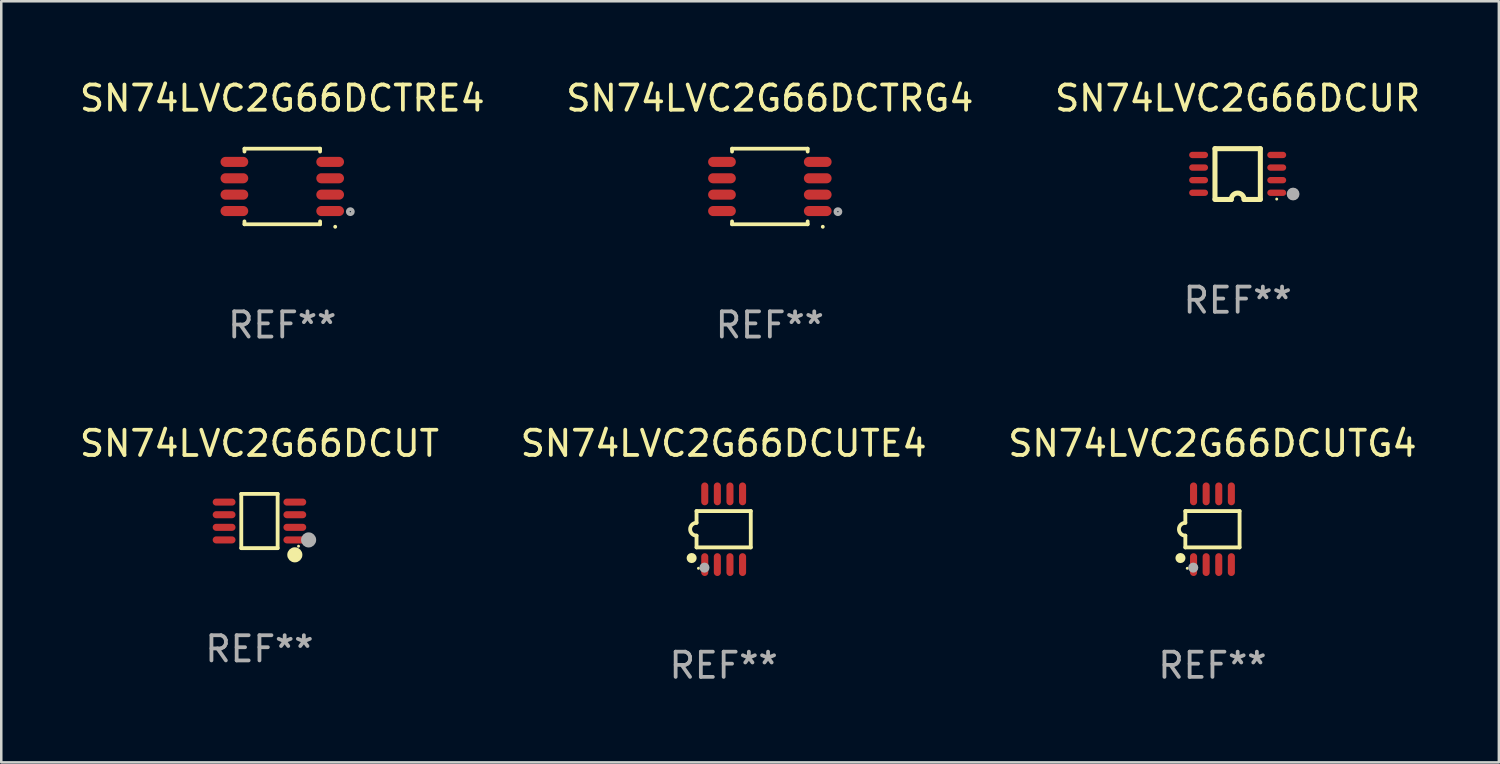
<source format=kicad_pcb>
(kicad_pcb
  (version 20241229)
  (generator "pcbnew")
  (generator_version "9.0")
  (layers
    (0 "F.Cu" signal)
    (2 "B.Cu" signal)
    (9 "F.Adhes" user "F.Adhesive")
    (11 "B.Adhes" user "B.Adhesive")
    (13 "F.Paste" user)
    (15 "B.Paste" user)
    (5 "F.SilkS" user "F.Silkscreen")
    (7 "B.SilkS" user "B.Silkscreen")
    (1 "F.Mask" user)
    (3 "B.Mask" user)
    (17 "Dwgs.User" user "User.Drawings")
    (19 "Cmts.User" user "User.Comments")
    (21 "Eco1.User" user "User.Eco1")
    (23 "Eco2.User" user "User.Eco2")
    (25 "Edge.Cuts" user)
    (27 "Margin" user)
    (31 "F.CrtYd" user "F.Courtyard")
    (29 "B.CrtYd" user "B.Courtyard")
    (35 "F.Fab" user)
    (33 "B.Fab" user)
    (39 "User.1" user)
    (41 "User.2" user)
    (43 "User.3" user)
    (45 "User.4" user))
  (footprint "SN74LVC2G66DCTRG4"
    (layer "F.Cu")
    (at 27.494 4.348)
    (property "Reference" "SN74LVC2G66DCTRG4" (at 0 -3.5 0) (layer "F.SilkS") (effects (font (size 1 1) (thickness 0.15))))
    (attr through_hole)
    (fp_line (start -1.5 -1.5) (end 1.5 -1.5) (stroke (width 0.15) (type solid)) (layer "F.SilkS"))
    (fp_line (start -1.5 -1.385) (end -1.5 -1.5) (stroke (width 0.15) (type solid)) (layer "F.SilkS"))
    (fp_line (start -1.5 1.5) (end -1.5 1.385) (stroke (width 0.15) (type solid)) (layer "F.SilkS"))
    (fp_line (start 1.5 -1.5) (end 1.5 -1.385) (stroke (width 0.15) (type solid)) (layer "F.SilkS"))
    (fp_line (start 1.5 1.385) (end 1.5 1.5) (stroke (width 0.15) (type solid)) (layer "F.SilkS"))
    (fp_line (start 1.5 1.5) (end -1.5 1.5) (stroke (width 0.15) (type solid)) (layer "F.SilkS"))
    (fp_arc (start 2.100051 1.6) (mid 2.100044 1.59873) (end 2.100051 1.59746) (stroke (width 0.150013) (type solid)) (layer "F.SilkS"))
    (fp_circle (center 1.5 1.5) (end 1.527 1.5) (stroke (width 0.05) (type solid)) (fill no) (layer "F.SilkS"))
    (fp_circle (center 2.7 1) (end 2.8 1) (stroke (width 0.15) (type solid)) (fill no) (layer "F.Fab"))
    (fp_text user "REF**" (at 0 5.5 0) (layer "F.Fab") (effects (font (size 1 1) (thickness 0.15))))
    (pad "1" smd oval (at 1.9 0.975) (size 1.1 0.4) (layers "F.Cu" "F.Mask" "F.Paste"))
    (pad "2" smd oval (at 1.9 0.325) (size 1.1 0.4) (layers "F.Cu" "F.Mask" "F.Paste"))
    (pad "3" smd oval (at 1.9 -0.325) (size 1.1 0.4) (layers "F.Cu" "F.Mask" "F.Paste"))
    (pad "4" smd oval (at 1.9 -0.975) (size 1.1 0.4) (layers "F.Cu" "F.Mask" "F.Paste"))
    (pad "5" smd oval (at -1.9 -0.975) (size 1.1 0.4) (layers "F.Cu" "F.Mask" "F.Paste"))
    (pad "6" smd oval (at -1.9 -0.325) (size 1.1 0.4) (layers "F.Cu" "F.Mask" "F.Paste"))
    (pad "7" smd oval (at -1.9 0.325) (size 1.1 0.4) (layers "F.Cu" "F.Mask" "F.Paste"))
    (pad "8" smd oval (at -1.9 0.975) (size 1.1 0.4) (layers "F.Cu" "F.Mask" "F.Paste")))
  (footprint "SN74LVC2G66DCUT"
    (layer "F.Cu")
    (at 7.244 17.621)
    (property "Reference" "SN74LVC2G66DCUT" (at 0 -3.076 0) (layer "F.SilkS") (effects (font (size 1 1) (thickness 0.15))))
    (attr through_hole)
    (fp_line (start -0.721 -1.076) (end 0.721 -1.076) (stroke (width 0.152) (type solid)) (layer "F.SilkS"))
    (fp_line (start -0.721 1.076) (end -0.721 -1.076) (stroke (width 0.152) (type solid)) (layer "F.SilkS"))
    (fp_line (start 0.721 -1.076) (end 0.721 1.076) (stroke (width 0.152) (type solid)) (layer "F.SilkS"))
    (fp_line (start 0.721 1.076) (end -0.721 1.076) (stroke (width 0.152) (type solid)) (layer "F.SilkS"))
    (fp_circle (center 1.403 1.342) (end 1.553 1.342) (stroke (width 0.3) (type solid)) (fill no) (layer "F.SilkS"))
    (fp_circle (center 1.55 1) (end 1.58 1) (stroke (width 0.06) (type solid)) (fill no) (layer "F.SilkS"))
    (fp_circle (center 1.95 0.75) (end 2.1 0.75) (stroke (width 0.3) (type solid)) (fill no) (layer "F.Fab"))
    (fp_text user "REF**" (at 0 5.076 0) (layer "F.Fab") (effects (font (size 1 1) (thickness 0.15))))
    (pad "1" smd oval (at 1.403 0.75 90) (size 0.28 0.905) (layers "F.Cu" "F.Mask" "F.Paste"))
    (pad "2" smd oval (at 1.403 0.25 90) (size 0.28 0.905) (layers "F.Cu" "F.Mask" "F.Paste"))
    (pad "3" smd oval (at 1.403 -0.25 90) (size 0.28 0.905) (layers "F.Cu" "F.Mask" "F.Paste"))
    (pad "4" smd oval (at 1.403 -0.75 90) (size 0.28 0.905) (layers "F.Cu" "F.Mask" "F.Paste"))
    (pad "5" smd oval (at -1.403 -0.75 90) (size 0.28 0.905) (layers "F.Cu" "F.Mask" "F.Paste"))
    (pad "6" smd oval (at -1.403 -0.25 90) (size 0.28 0.905) (layers "F.Cu" "F.Mask" "F.Paste"))
    (pad "7" smd oval (at -1.403 0.25 90) (size 0.28 0.905) (layers "F.Cu" "F.Mask" "F.Paste"))
    (pad "8" smd oval (at -1.403 0.75 90) (size 0.28 0.905) (layers "F.Cu" "F.Mask" "F.Paste")))
  (footprint "SN74LVC2G66DCUTG4"
    (layer "F.Cu")
    (at 45.054 17.947)
    (property "Reference" "SN74LVC2G66DCUTG4" (at 0 -3.403 0) (layer "F.SilkS") (effects (font (size 1 1) (thickness 0.15))))
    (attr through_hole)
    (fp_line (start -1.076 -0.721) (end 1.076 -0.721) (stroke (width 0.152) (type solid)) (layer "F.SilkS"))
    (fp_line (start -1.076 -0.254) (end -1.076 -0.721) (stroke (width 0.152) (type solid)) (layer "F.SilkS"))
    (fp_line (start -1.076 0.254) (end -1.076 0.721) (stroke (width 0.152) (type solid)) (layer "F.SilkS"))
    (fp_line (start 1.076 -0.721) (end 1.076 0.721) (stroke (width 0.152) (type solid)) (layer "F.SilkS"))
    (fp_line (start 1.076 0.721) (end -1.076 0.721) (stroke (width 0.152) (type solid)) (layer "F.SilkS"))
    (fp_arc (start -1.076226 0.254051) (mid -1.330226 0.000051) (end -1.076226 -0.253949) (stroke (width 0.151994) (type solid)) (layer "F.SilkS"))
    (fp_circle (center -1.27 1.143) (end -1.17 1.143) (stroke (width 0.2) (type solid)) (fill no) (layer "F.SilkS"))
    (fp_circle (center -1 1.55) (end -0.97 1.55) (stroke (width 0.06) (type solid)) (fill no) (layer "F.SilkS"))
    (fp_circle (center -0.762 1.524) (end -0.662 1.524) (stroke (width 0.2) (type solid)) (fill no) (layer "F.Fab"))
    (fp_text user "REF**" (at 0 5.403 0) (layer "F.Fab") (effects (font (size 1 1) (thickness 0.15))))
    (pad "1" smd oval (at -0.75 1.403) (size 0.28 0.905) (layers "F.Cu" "F.Mask" "F.Paste"))
    (pad "2" smd oval (at -0.25 1.403) (size 0.28 0.905) (layers "F.Cu" "F.Mask" "F.Paste"))
    (pad "3" smd oval (at 0.25 1.403) (size 0.28 0.905) (layers "F.Cu" "F.Mask" "F.Paste"))
    (pad "4" smd oval (at 0.75 1.403) (size 0.28 0.905) (layers "F.Cu" "F.Mask" "F.Paste"))
    (pad "5" smd oval (at 0.75 -1.403) (size 0.28 0.905) (layers "F.Cu" "F.Mask" "F.Paste"))
    (pad "6" smd oval (at 0.25 -1.403) (size 0.28 0.905) (layers "F.Cu" "F.Mask" "F.Paste"))
    (pad "7" smd oval (at -0.25 -1.403) (size 0.28 0.905) (layers "F.Cu" "F.Mask" "F.Paste"))
    (pad "8" smd oval (at -0.75 -1.403) (size 0.28 0.905) (layers "F.Cu" "F.Mask" "F.Paste")))
  (footprint "SN74LVC2G66DCTRE4"
    (layer "F.Cu")
    (at 8.149 4.348)
    (property "Reference" "SN74LVC2G66DCTRE4" (at 0 -3.5 0) (layer "F.SilkS") (effects (font (size 1 1) (thickness 0.15))))
    (attr through_hole)
    (fp_line (start -1.5 -1.5) (end 1.5 -1.5) (stroke (width 0.15) (type solid)) (layer "F.SilkS"))
    (fp_line (start -1.5 -1.385) (end -1.5 -1.5) (stroke (width 0.15) (type solid)) (layer "F.SilkS"))
    (fp_line (start -1.5 1.5) (end -1.5 1.385) (stroke (width 0.15) (type solid)) (layer "F.SilkS"))
    (fp_line (start 1.5 -1.5) (end 1.5 -1.385) (stroke (width 0.15) (type solid)) (layer "F.SilkS"))
    (fp_line (start 1.5 1.385) (end 1.5 1.5) (stroke (width 0.15) (type solid)) (layer "F.SilkS"))
    (fp_line (start 1.5 1.5) (end -1.5 1.5) (stroke (width 0.15) (type solid)) (layer "F.SilkS"))
    (fp_arc (start 2.100051 1.6) (mid 2.100044 1.59873) (end 2.100051 1.59746) (stroke (width 0.150013) (type solid)) (layer "F.SilkS"))
    (fp_circle (center 1.5 1.5) (end 1.527 1.5) (stroke (width 0.05) (type solid)) (fill no) (layer "F.SilkS"))
    (fp_circle (center 2.7 1) (end 2.8 1) (stroke (width 0.15) (type solid)) (fill no) (layer "F.Fab"))
    (fp_text user "REF**" (at 0 5.5 0) (layer "F.Fab") (effects (font (size 1 1) (thickness 0.15))))
    (pad "1" smd oval (at 1.9 0.975) (size 1.1 0.4) (layers "F.Cu" "F.Mask" "F.Paste"))
    (pad "2" smd oval (at 1.9 0.325) (size 1.1 0.4) (layers "F.Cu" "F.Mask" "F.Paste"))
    (pad "3" smd oval (at 1.9 -0.325) (size 1.1 0.4) (layers "F.Cu" "F.Mask" "F.Paste"))
    (pad "4" smd oval (at 1.9 -0.975) (size 1.1 0.4) (layers "F.Cu" "F.Mask" "F.Paste"))
    (pad "5" smd oval (at -1.9 -0.975) (size 1.1 0.4) (layers "F.Cu" "F.Mask" "F.Paste"))
    (pad "6" smd oval (at -1.9 -0.325) (size 1.1 0.4) (layers "F.Cu" "F.Mask" "F.Paste"))
    (pad "7" smd oval (at -1.9 0.325) (size 1.1 0.4) (layers "F.Cu" "F.Mask" "F.Paste"))
    (pad "8" smd oval (at -1.9 0.975) (size 1.1 0.4) (layers "F.Cu" "F.Mask" "F.Paste")))
  (footprint "SN74LVC2G66DCUR"
    (layer "F.Cu")
    (at 46.054 3.856)
    (property "Reference" "SN74LVC2G66DCUR" (at 0 -3.008 0) (layer "F.SilkS") (effects (font (size 1 1) (thickness 0.15))))
    (attr through_hole)
    (fp_line (start -0.9 -1.008) (end -0.9 0.992) (stroke (width 0.2) (type solid)) (layer "F.SilkS"))
    (fp_line (start -0.254 1.008) (end -0.9 1.008) (stroke (width 0.2) (type solid)) (layer "F.SilkS"))
    (fp_line (start 0.254 1.008) (end 0.9 1.008) (stroke (width 0.2) (type solid)) (layer "F.SilkS"))
    (fp_line (start 0.9 -1.008) (end -0.9 -1.008) (stroke (width 0.2) (type solid)) (layer "F.SilkS"))
    (fp_line (start 0.9 0.992) (end 0.9 -1.008) (stroke (width 0.2) (type solid)) (layer "F.SilkS"))
    (fp_arc (start -0.254128 1.007976) (mid -0.000127 0.753975) (end 0.253874 1.007976) (stroke (width 0.2) (type solid)) (layer "F.SilkS"))
    (fp_circle (center 1.55 0.992) (end 1.58 0.992) (stroke (width 0.06) (type solid)) (fill no) (layer "F.SilkS"))
    (fp_circle (center 2.2 0.792) (end 2.327 0.792) (stroke (width 0.254) (type solid)) (fill no) (layer "F.Fab"))
    (fp_text user "REF**" (at 0 5.008 0) (layer "F.Fab") (effects (font (size 1 1) (thickness 0.15))))
    (pad "1" smd oval (at 1.55 0.742) (size 0.75 0.25) (layers "F.Cu" "F.Mask" "F.Paste"))
    (pad "2" smd oval (at 1.55 0.242) (size 0.75 0.25) (layers "F.Cu" "F.Mask" "F.Paste"))
    (pad "3" smd oval (at 1.55 -0.258) (size 0.75 0.25) (layers "F.Cu" "F.Mask" "F.Paste"))
    (pad "4" smd oval (at 1.55 -0.758) (size 0.75 0.25) (layers "F.Cu" "F.Mask" "F.Paste"))
    (pad "5" smd oval (at -1.55 -0.758) (size 0.75 0.25) (layers "F.Cu" "F.Mask" "F.Paste"))
    (pad "6" smd oval (at -1.55 -0.258) (size 0.75 0.25) (layers "F.Cu" "F.Mask" "F.Paste"))
    (pad "7" smd oval (at -1.55 0.242) (size 0.75 0.25) (layers "F.Cu" "F.Mask" "F.Paste"))
    (pad "8" smd oval (at -1.55 0.742) (size 0.75 0.25) (layers "F.Cu" "F.Mask" "F.Paste")))
  (footprint "SN74LVC2G66DCUTE4"
    (layer "F.Cu")
    (at 25.661 17.947)
    (property "Reference" "SN74LVC2G66DCUTE4" (at 0 -3.403 0) (layer "F.SilkS") (effects (font (size 1 1) (thickness 0.15))))
    (attr through_hole)
    (fp_line (start -1.076 -0.721) (end 1.076 -0.721) (stroke (width 0.152) (type solid)) (layer "F.SilkS"))
    (fp_line (start -1.076 -0.254) (end -1.076 -0.721) (stroke (width 0.152) (type solid)) (layer "F.SilkS"))
    (fp_line (start -1.076 0.254) (end -1.076 0.721) (stroke (width 0.152) (type solid)) (layer "F.SilkS"))
    (fp_line (start 1.076 -0.721) (end 1.076 0.721) (stroke (width 0.152) (type solid)) (layer "F.SilkS"))
    (fp_line (start 1.076 0.721) (end -1.076 0.721) (stroke (width 0.152) (type solid)) (layer "F.SilkS"))
    (fp_arc (start -1.076226 0.254051) (mid -1.330226 0.000051) (end -1.076226 -0.253949) (stroke (width 0.151994) (type solid)) (layer "F.SilkS"))
    (fp_circle (center -1.27 1.143) (end -1.17 1.143) (stroke (width 0.2) (type solid)) (fill no) (layer "F.SilkS"))
    (fp_circle (center -1 1.55) (end -0.97 1.55) (stroke (width 0.06) (type solid)) (fill no) (layer "F.SilkS"))
    (fp_circle (center -0.762 1.524) (end -0.662 1.524) (stroke (width 0.2) (type solid)) (fill no) (layer "F.Fab"))
    (fp_text user "REF**" (at 0 5.403 0) (layer "F.Fab") (effects (font (size 1 1) (thickness 0.15))))
    (pad "1" smd oval (at -0.75 1.403) (size 0.28 0.905) (layers "F.Cu" "F.Mask" "F.Paste"))
    (pad "2" smd oval (at -0.25 1.403) (size 0.28 0.905) (layers "F.Cu" "F.Mask" "F.Paste"))
    (pad "3" smd oval (at 0.25 1.403) (size 0.28 0.905) (layers "F.Cu" "F.Mask" "F.Paste"))
    (pad "4" smd oval (at 0.75 1.403) (size 0.28 0.905) (layers "F.Cu" "F.Mask" "F.Paste"))
    (pad "5" smd oval (at 0.75 -1.403) (size 0.28 0.905) (layers "F.Cu" "F.Mask" "F.Paste"))
    (pad "6" smd oval (at 0.25 -1.403) (size 0.28 0.905) (layers "F.Cu" "F.Mask" "F.Paste"))
    (pad "7" smd oval (at -0.25 -1.403) (size 0.28 0.905) (layers "F.Cu" "F.Mask" "F.Paste"))
    (pad "8" smd oval (at -0.75 -1.403) (size 0.28 0.905) (layers "F.Cu" "F.Mask" "F.Paste")))
  (gr_rect
    (start -3 -3)
    (end 56.417 27.198)
    (stroke (width 0.1) (type default))
    (fill no)
    (layer "Edge.Cuts")))
</source>
